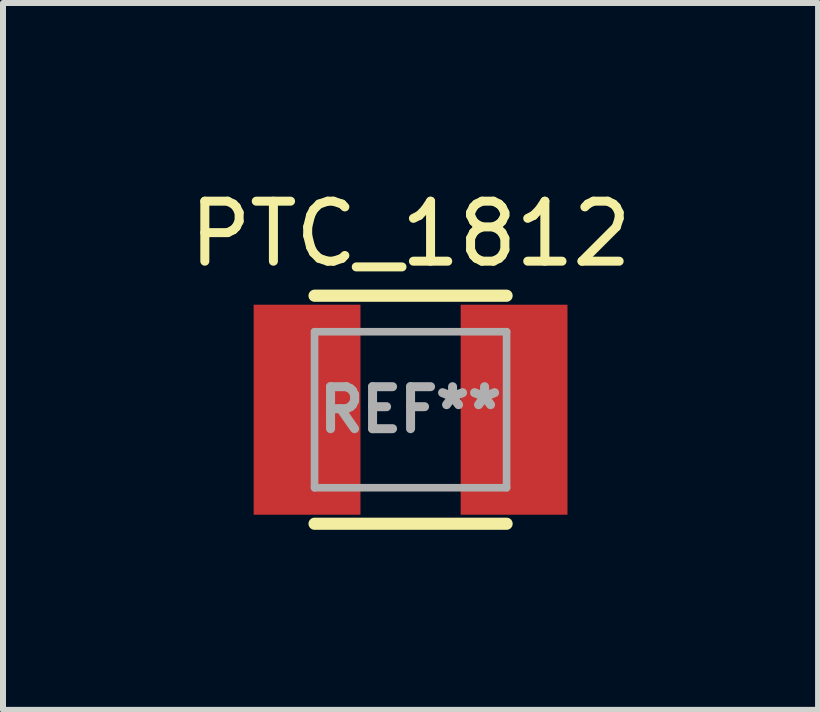
<source format=kicad_pcb>
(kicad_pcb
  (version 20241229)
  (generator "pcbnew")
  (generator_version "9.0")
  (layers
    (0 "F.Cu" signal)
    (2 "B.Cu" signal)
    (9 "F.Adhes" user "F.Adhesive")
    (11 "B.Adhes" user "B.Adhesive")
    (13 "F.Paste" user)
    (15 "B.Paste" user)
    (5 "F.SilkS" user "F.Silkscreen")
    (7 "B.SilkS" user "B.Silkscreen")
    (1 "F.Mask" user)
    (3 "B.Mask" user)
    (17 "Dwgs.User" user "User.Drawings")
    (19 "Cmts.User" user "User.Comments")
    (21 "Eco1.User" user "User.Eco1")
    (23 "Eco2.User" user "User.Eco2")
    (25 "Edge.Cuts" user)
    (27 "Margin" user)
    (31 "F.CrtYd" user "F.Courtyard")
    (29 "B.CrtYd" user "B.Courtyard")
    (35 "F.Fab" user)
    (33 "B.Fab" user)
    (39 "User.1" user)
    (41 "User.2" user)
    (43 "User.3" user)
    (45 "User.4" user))
  (footprint "PTC_1812"
    (layer "F.Cu")
    (at 3.792 3.778)
    (property "Reference" "PTC_1812" (at 0 -2.93 0) (layer "F.SilkS") (effects (font (size 1 1) (thickness 0.15))))
    (attr smd)
    (fp_line (start -1.6 -1.9) (end 1.6 -1.9) (stroke (width 0.203) (type solid)) (layer "F.SilkS"))
    (fp_line (start -1.6 1.9) (end 1.6 1.9) (stroke (width 0.203) (type solid)) (layer "F.SilkS"))
    (fp_line (start -1.6 -1.3) (end 1.6 -1.3) (stroke (width 0.127) (type solid)) (layer "F.Fab"))
    (fp_line (start -1.6 1.3) (end -1.6 -1.3) (stroke (width 0.127) (type solid)) (layer "F.Fab"))
    (fp_line (start 1.6 -1.3) (end 1.6 1.3) (stroke (width 0.127) (type solid)) (layer "F.Fab"))
    (fp_line (start 1.6 1.3) (end -1.6 1.3) (stroke (width 0.127) (type solid)) (layer "F.Fab"))
    (fp_text user "REF**" (at 0 0 0) (layer "F.Fab") (effects (font (size 0.7 0.7) (thickness 0.15))))
    (pad "1" smd rect (at -1.725 0) (size 1.78 3.5) (layers "F.Cu" "F.Mask" "F.Paste"))
    (pad "2" smd rect (at 1.725 0) (size 1.78 3.5) (layers "F.Cu" "F.Mask" "F.Paste")))
  (gr_rect
    (start -3 -3)
    (end 10.583 8.78)
    (stroke (width 0.1) (type default))
    (fill no)
    (layer "Edge.Cuts")))
</source>
